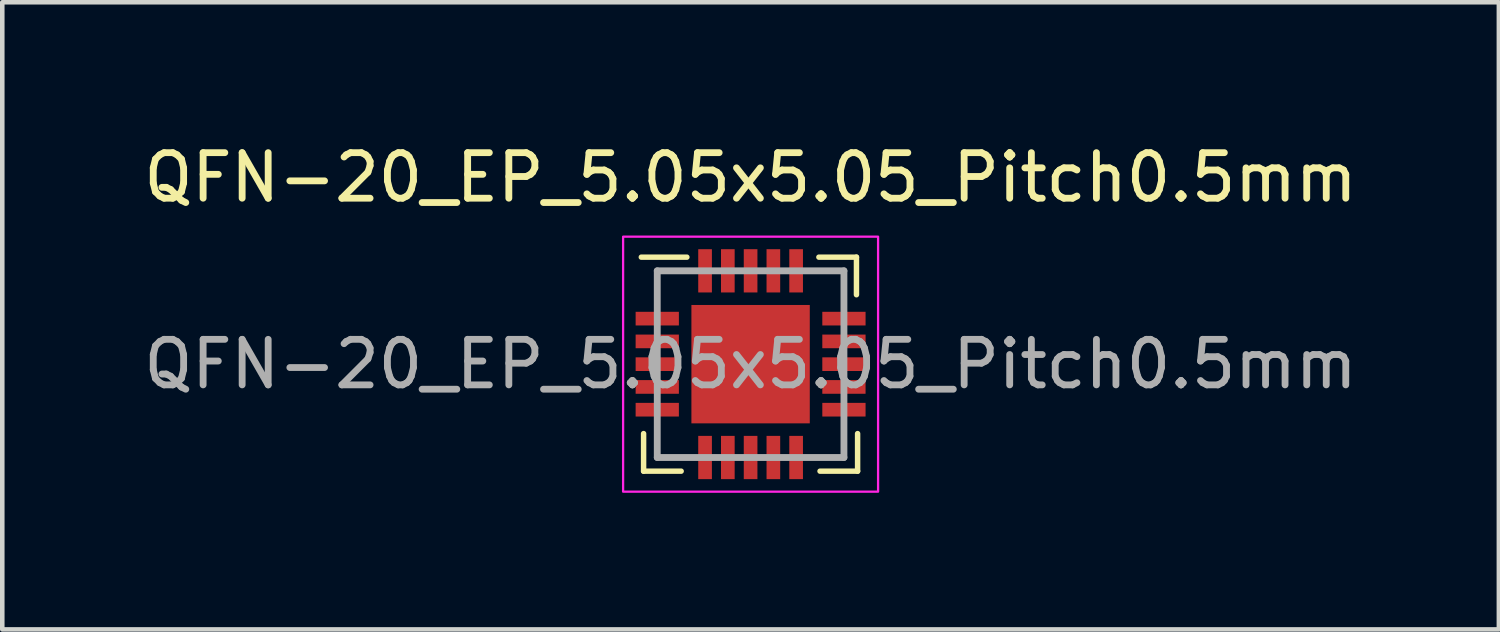
<source format=kicad_pcb>
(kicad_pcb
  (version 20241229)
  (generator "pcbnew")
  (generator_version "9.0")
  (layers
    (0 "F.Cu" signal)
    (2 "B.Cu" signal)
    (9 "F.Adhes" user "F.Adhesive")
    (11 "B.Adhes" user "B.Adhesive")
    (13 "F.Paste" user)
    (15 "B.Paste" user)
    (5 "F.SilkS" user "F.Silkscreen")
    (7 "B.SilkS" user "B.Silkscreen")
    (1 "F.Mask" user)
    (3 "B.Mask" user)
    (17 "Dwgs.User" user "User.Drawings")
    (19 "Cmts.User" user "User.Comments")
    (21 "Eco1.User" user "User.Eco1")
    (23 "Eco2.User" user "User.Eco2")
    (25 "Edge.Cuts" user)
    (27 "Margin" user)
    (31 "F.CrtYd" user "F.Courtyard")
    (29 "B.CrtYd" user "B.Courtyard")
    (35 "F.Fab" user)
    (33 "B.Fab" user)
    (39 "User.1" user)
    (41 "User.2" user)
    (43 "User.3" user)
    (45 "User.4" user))
  (footprint "QFN-20_EP_5.05x5.05_Pitch0.5mm"
    (layer "F.Cu")
    (at 13.435 4.948)
    (property "Reference" "QFN-20_EP_5.05x5.05_Pitch0.5mm" (at 0 -4.1 0) (layer "F.SilkS") (effects (font (size 1 1) (thickness 0.15))))
    (attr smd)
    (fp_line (start -2.35 2.35) (end -2.35 1.525) (stroke (width 0.12) (type default)) (layer "F.SilkS"))
    (fp_line (start -1.525 2.35) (end -2.35 2.35) (stroke (width 0.12) (type default)) (layer "F.SilkS"))
    (fp_line (start -1.4 -2.35) (end -2.4 -2.35) (stroke (width 0.12) (type default)) (layer "F.SilkS"))
    (fp_line (start 1.525 2.35) (end 2.35 2.35) (stroke (width 0.12) (type default)) (layer "F.SilkS"))
    (fp_line (start 2.325 -2.35) (end 1.5 -2.35) (stroke (width 0.12) (type default)) (layer "F.SilkS"))
    (fp_line (start 2.325 -1.525) (end 2.325 -2.35) (stroke (width 0.12) (type default)) (layer "F.SilkS"))
    (fp_line (start 2.35 2.35) (end 2.35 1.525) (stroke (width 0.12) (type default)) (layer "F.SilkS"))
    (fp_rect (start -2.8 -2.8) (end 2.8 2.8) (stroke (width 0.05) (type default)) (fill no) (layer "F.CrtYd"))
    (fp_line (start -2.05 -2.05) (end -2.05 2.05) (stroke (width 0.15) (type default)) (layer "F.Fab"))
    (fp_line (start -2.05 2.05) (end 2.05 2.05) (stroke (width 0.15) (type default)) (layer "F.Fab"))
    (fp_line (start 2.05 -2.05) (end -2.05 -2.05) (stroke (width 0.15) (type default)) (layer "F.Fab"))
    (fp_line (start 2.05 2.05) (end 2.05 -2.05) (stroke (width 0.15) (type default)) (layer "F.Fab"))
    (fp_text user "${REFERENCE}" (at 0 0 0) (layer "F.Fab") (effects (font (size 1 1) (thickness 0.15))))
    (pad "" smd rect (at -0.975 -0.975) (size 0.000001 0.000001) (layers "F.Paste"))
    (pad "" smd rect (at -0.975 -0.325) (size 0.000001 0.000001) (layers "F.Paste"))
    (pad "" smd rect (at -0.975 0.325) (size 0.000001 0.000001) (layers "F.Paste"))
    (pad "" smd rect (at -0.975 0.975) (size 0.000001 0.000001) (layers "F.Paste"))
    (pad "" smd rect (at -0.325 -0.975) (size 0.000001 0.000001) (layers "F.Paste"))
    (pad "" smd rect (at -0.325 -0.325) (size 0.000001 0.000001) (layers "F.Paste"))
    (pad "" smd rect (at -0.325 0.325) (size 0.000001 0.000001) (layers "F.Paste"))
    (pad "" smd rect (at -0.325 0.975) (size 0.000001 0.000001) (layers "F.Paste"))
    (pad "" smd rect (at 0.325 -0.975) (size 0.000001 0.000001) (layers "F.Paste"))
    (pad "" smd rect (at 0.325 -0.325) (size 0.000001 0.000001) (layers "F.Paste"))
    (pad "" smd rect (at 0.325 0.325) (size 0.000001 0.000001) (layers "F.Paste"))
    (pad "" smd rect (at 0.325 0.975) (size 0.000001 0.000001) (layers "F.Paste"))
    (pad "" smd rect (at 0.975 -0.975) (size 0.000001 0.000001) (layers "F.Paste"))
    (pad "" smd rect (at 0.975 -0.325) (size 0.000001 0.000001) (layers "F.Paste"))
    (pad "" smd rect (at 0.975 0.325) (size 0.000001 0.000001) (layers "F.Paste"))
    (pad "" smd rect (at 0.975 0.975) (size 0.000001 0.000001) (layers "F.Paste"))
    (pad "1" smd rect (at -2.05 -1 90) (size 0.3 0.95) (layers "F.Cu" "F.Mask" "F.Paste"))
    (pad "2" smd rect (at -2.05 -0.5 90) (size 0.3 0.95) (layers "F.Cu" "F.Mask" "F.Paste"))
    (pad "3" smd rect (at -2.05 0 90) (size 0.3 0.95) (layers "F.Cu" "F.Mask" "F.Paste"))
    (pad "4" smd rect (at -2.05 0.5 90) (size 0.3 0.95) (layers "F.Cu" "F.Mask" "F.Paste"))
    (pad "5" smd rect (at -2.05 1 90) (size 0.3 0.95) (layers "F.Cu" "F.Mask" "F.Paste"))
    (pad "6" smd rect (at -1 2.05) (size 0.3 0.95) (layers "F.Cu" "F.Mask" "F.Paste"))
    (pad "7" smd rect (at -0.5 2.05) (size 0.3 0.95) (layers "F.Cu" "F.Mask" "F.Paste"))
    (pad "8" smd rect (at 0 2.05) (size 0.3 0.95) (layers "F.Cu" "F.Mask" "F.Paste"))
    (pad "9" smd rect (at 0.5 2.05) (size 0.3 0.95) (layers "F.Cu" "F.Mask" "F.Paste"))
    (pad "10" smd rect (at 1 2.05) (size 0.3 0.95) (layers "F.Cu" "F.Mask" "F.Paste"))
    (pad "11" smd rect (at 2.05 1 90) (size 0.3 0.95) (layers "F.Cu" "F.Mask" "F.Paste"))
    (pad "12" smd rect (at 2.05 0.5 90) (size 0.3 0.95) (layers "F.Cu" "F.Mask" "F.Paste"))
    (pad "13" smd rect (at 2.05 0 90) (size 0.3 0.95) (layers "F.Cu" "F.Mask" "F.Paste"))
    (pad "14" smd rect (at 2.05 -0.5 90) (size 0.3 0.95) (layers "F.Cu" "F.Mask" "F.Paste"))
    (pad "15" smd rect (at 2.05 -1 90) (size 0.3 0.95) (layers "F.Cu" "F.Mask" "F.Paste"))
    (pad "16" smd rect (at 1 -2.05) (size 0.3 0.95) (layers "F.Cu" "F.Mask" "F.Paste"))
    (pad "17" smd rect (at 0.5 -2.05) (size 0.3 0.95) (layers "F.Cu" "F.Mask" "F.Paste"))
    (pad "18" smd rect (at 0 -2.05) (size 0.3 0.95) (layers "F.Cu" "F.Mask" "F.Paste"))
    (pad "19" smd rect (at -0.5 -2.05) (size 0.3 0.95) (layers "F.Cu" "F.Mask" "F.Paste"))
    (pad "20" smd rect (at -1 -2.05) (size 0.3 0.95) (layers "F.Cu" "F.Mask" "F.Paste"))
    (pad "21" smd rect (at 0 0) (size 2.6 2.6) (layers "F.Cu" "F.Mask")))
  (gr_rect
    (start -3 -3)
    (end 29.869 10.773)
    (stroke (width 0.1) (type default))
    (fill no)
    (layer "Edge.Cuts")))
</source>
